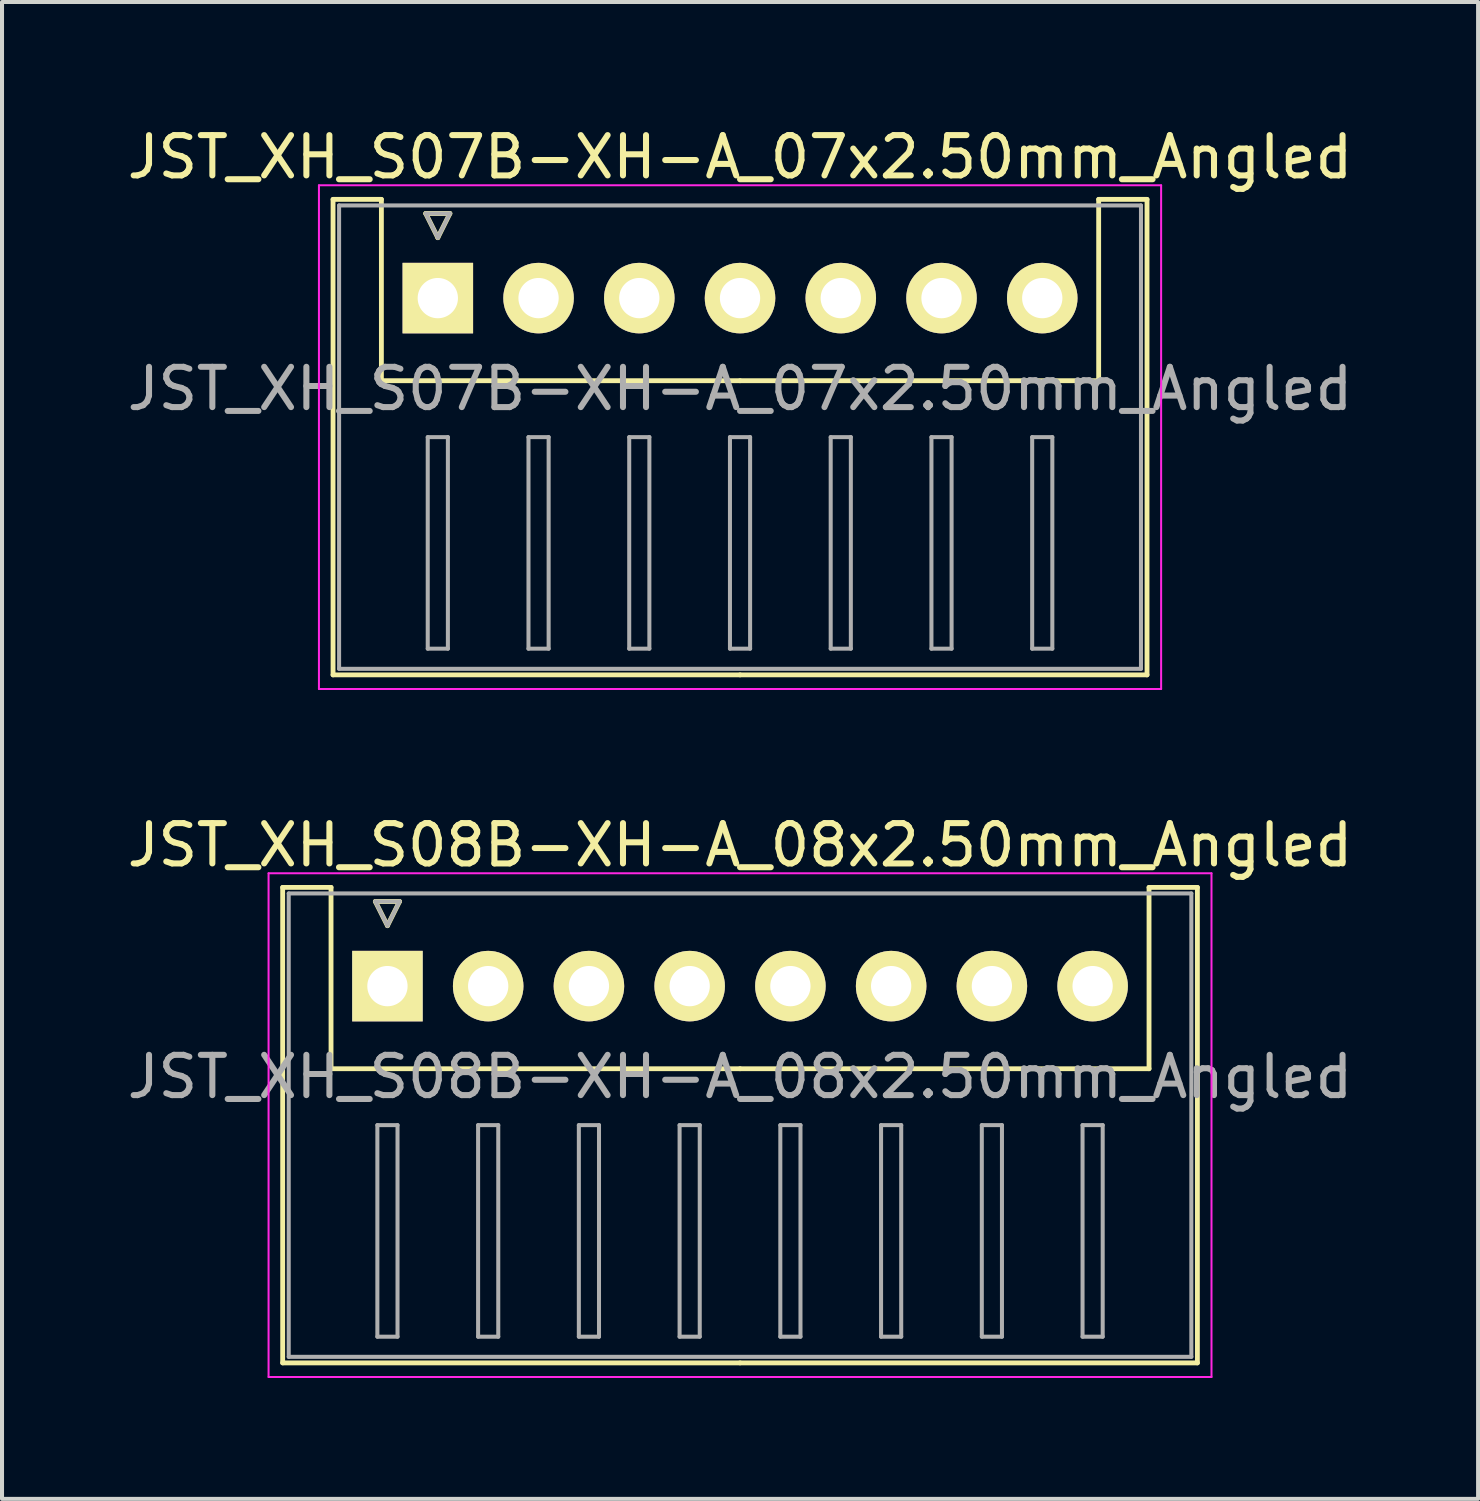
<source format=kicad_pcb>
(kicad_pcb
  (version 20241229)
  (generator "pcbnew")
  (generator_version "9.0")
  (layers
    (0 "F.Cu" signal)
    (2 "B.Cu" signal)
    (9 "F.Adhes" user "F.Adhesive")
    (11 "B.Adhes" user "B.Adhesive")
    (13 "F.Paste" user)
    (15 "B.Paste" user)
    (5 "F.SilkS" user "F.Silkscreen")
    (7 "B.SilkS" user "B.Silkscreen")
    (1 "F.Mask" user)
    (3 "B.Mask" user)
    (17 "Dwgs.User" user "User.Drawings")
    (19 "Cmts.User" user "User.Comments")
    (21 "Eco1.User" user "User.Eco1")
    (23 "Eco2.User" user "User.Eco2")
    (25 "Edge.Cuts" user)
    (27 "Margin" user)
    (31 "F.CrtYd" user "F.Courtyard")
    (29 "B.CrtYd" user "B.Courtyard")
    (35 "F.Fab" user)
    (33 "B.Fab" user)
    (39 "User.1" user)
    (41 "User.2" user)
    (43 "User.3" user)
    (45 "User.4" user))
  (footprint "JST_XH_S08B-XH-A_08x2.50mm_Angled"
    (layer "F.Cu")
    (at 6.565 21.422)
    (property "Reference" "JST_XH_S08B-XH-A_08x2.50mm_Angled" (at 8.75 -3.5 0) (layer "F.SilkS") (effects (font (size 1 1) (thickness 0.15))))
    (attr through_hole)
    (fp_line (start -2.6 -2.45) (end -1.4 -2.45) (stroke (width 0.12) (type solid)) (layer "F.SilkS"))
    (fp_line (start -2.6 9.35) (end -2.6 -2.45) (stroke (width 0.12) (type solid)) (layer "F.SilkS"))
    (fp_line (start -1.4 -2.45) (end -1.4 2.05) (stroke (width 0.12) (type solid)) (layer "F.SilkS"))
    (fp_line (start -1.4 2.05) (end 8.75 2.05) (stroke (width 0.12) (type solid)) (layer "F.SilkS"))
    (fp_line (start -0.3 -2.1) (end 0.3 -2.1) (stroke (width 0.12) (type solid)) (layer "F.SilkS"))
    (fp_line (start 0 -1.5) (end -0.3 -2.1) (stroke (width 0.12) (type solid)) (layer "F.SilkS"))
    (fp_line (start 0.3 -2.1) (end 0 -1.5) (stroke (width 0.12) (type solid)) (layer "F.SilkS"))
    (fp_line (start 8.75 9.35) (end -2.6 9.35) (stroke (width 0.12) (type solid)) (layer "F.SilkS"))
    (fp_line (start 8.75 9.35) (end 20.1 9.35) (stroke (width 0.12) (type solid)) (layer "F.SilkS"))
    (fp_line (start 18.9 -2.45) (end 18.9 2.05) (stroke (width 0.12) (type solid)) (layer "F.SilkS"))
    (fp_line (start 18.9 2.05) (end 8.75 2.05) (stroke (width 0.12) (type solid)) (layer "F.SilkS"))
    (fp_line (start 20.1 -2.45) (end 18.9 -2.45) (stroke (width 0.12) (type solid)) (layer "F.SilkS"))
    (fp_line (start 20.1 9.35) (end 20.1 -2.45) (stroke (width 0.12) (type solid)) (layer "F.SilkS"))
    (fp_line (start -2.95 -2.8) (end -2.95 9.7) (stroke (width 0.05) (type solid)) (layer "F.CrtYd"))
    (fp_line (start -2.95 9.7) (end 20.45 9.7) (stroke (width 0.05) (type solid)) (layer "F.CrtYd"))
    (fp_line (start 20.45 -2.8) (end -2.95 -2.8) (stroke (width 0.05) (type solid)) (layer "F.CrtYd"))
    (fp_line (start 20.45 9.7) (end 20.45 -2.8) (stroke (width 0.05) (type solid)) (layer "F.CrtYd"))
    (fp_line (start -2.45 -2.3) (end -2.45 9.2) (stroke (width 0.1) (type solid)) (layer "F.Fab"))
    (fp_line (start -2.45 9.2) (end 19.95 9.2) (stroke (width 0.1) (type solid)) (layer "F.Fab"))
    (fp_line (start -0.3 -2.1) (end 0.3 -2.1) (stroke (width 0.1) (type solid)) (layer "F.Fab"))
    (fp_line (start -0.25 3.45) (end -0.25 8.7) (stroke (width 0.1) (type solid)) (layer "F.Fab"))
    (fp_line (start -0.25 8.7) (end 0.25 8.7) (stroke (width 0.1) (type solid)) (layer "F.Fab"))
    (fp_line (start 0 -1.5) (end -0.3 -2.1) (stroke (width 0.1) (type solid)) (layer "F.Fab"))
    (fp_line (start 0.25 3.45) (end -0.25 3.45) (stroke (width 0.1) (type solid)) (layer "F.Fab"))
    (fp_line (start 0.25 8.7) (end 0.25 3.45) (stroke (width 0.1) (type solid)) (layer "F.Fab"))
    (fp_line (start 0.3 -2.1) (end 0 -1.5) (stroke (width 0.1) (type solid)) (layer "F.Fab"))
    (fp_line (start 2.25 3.45) (end 2.25 8.7) (stroke (width 0.1) (type solid)) (layer "F.Fab"))
    (fp_line (start 2.25 8.7) (end 2.75 8.7) (stroke (width 0.1) (type solid)) (layer "F.Fab"))
    (fp_line (start 2.75 3.45) (end 2.25 3.45) (stroke (width 0.1) (type solid)) (layer "F.Fab"))
    (fp_line (start 2.75 8.7) (end 2.75 3.45) (stroke (width 0.1) (type solid)) (layer "F.Fab"))
    (fp_line (start 4.75 3.45) (end 4.75 8.7) (stroke (width 0.1) (type solid)) (layer "F.Fab"))
    (fp_line (start 4.75 8.7) (end 5.25 8.7) (stroke (width 0.1) (type solid)) (layer "F.Fab"))
    (fp_line (start 5.25 3.45) (end 4.75 3.45) (stroke (width 0.1) (type solid)) (layer "F.Fab"))
    (fp_line (start 5.25 8.7) (end 5.25 3.45) (stroke (width 0.1) (type solid)) (layer "F.Fab"))
    (fp_line (start 7.25 3.45) (end 7.25 8.7) (stroke (width 0.1) (type solid)) (layer "F.Fab"))
    (fp_line (start 7.25 8.7) (end 7.75 8.7) (stroke (width 0.1) (type solid)) (layer "F.Fab"))
    (fp_line (start 7.75 3.45) (end 7.25 3.45) (stroke (width 0.1) (type solid)) (layer "F.Fab"))
    (fp_line (start 7.75 8.7) (end 7.75 3.45) (stroke (width 0.1) (type solid)) (layer "F.Fab"))
    (fp_line (start 9.75 3.45) (end 9.75 8.7) (stroke (width 0.1) (type solid)) (layer "F.Fab"))
    (fp_line (start 9.75 8.7) (end 10.25 8.7) (stroke (width 0.1) (type solid)) (layer "F.Fab"))
    (fp_line (start 10.25 3.45) (end 9.75 3.45) (stroke (width 0.1) (type solid)) (layer "F.Fab"))
    (fp_line (start 10.25 8.7) (end 10.25 3.45) (stroke (width 0.1) (type solid)) (layer "F.Fab"))
    (fp_line (start 12.25 3.45) (end 12.25 8.7) (stroke (width 0.1) (type solid)) (layer "F.Fab"))
    (fp_line (start 12.25 8.7) (end 12.75 8.7) (stroke (width 0.1) (type solid)) (layer "F.Fab"))
    (fp_line (start 12.75 3.45) (end 12.25 3.45) (stroke (width 0.1) (type solid)) (layer "F.Fab"))
    (fp_line (start 12.75 8.7) (end 12.75 3.45) (stroke (width 0.1) (type solid)) (layer "F.Fab"))
    (fp_line (start 14.75 3.45) (end 14.75 8.7) (stroke (width 0.1) (type solid)) (layer "F.Fab"))
    (fp_line (start 14.75 8.7) (end 15.25 8.7) (stroke (width 0.1) (type solid)) (layer "F.Fab"))
    (fp_line (start 15.25 3.45) (end 14.75 3.45) (stroke (width 0.1) (type solid)) (layer "F.Fab"))
    (fp_line (start 15.25 8.7) (end 15.25 3.45) (stroke (width 0.1) (type solid)) (layer "F.Fab"))
    (fp_line (start 17.25 3.45) (end 17.25 8.7) (stroke (width 0.1) (type solid)) (layer "F.Fab"))
    (fp_line (start 17.25 8.7) (end 17.75 8.7) (stroke (width 0.1) (type solid)) (layer "F.Fab"))
    (fp_line (start 17.75 3.45) (end 17.25 3.45) (stroke (width 0.1) (type solid)) (layer "F.Fab"))
    (fp_line (start 17.75 8.7) (end 17.75 3.45) (stroke (width 0.1) (type solid)) (layer "F.Fab"))
    (fp_line (start 19.95 -2.3) (end -2.45 -2.3) (stroke (width 0.1) (type solid)) (layer "F.Fab"))
    (fp_line (start 19.95 9.2) (end 19.95 -2.3) (stroke (width 0.1) (type solid)) (layer "F.Fab"))
    (fp_text user "${REFERENCE}" (at 8.75 2.25 0) (layer "F.Fab") (effects (font (size 1 1) (thickness 0.15))))
    (pad "1" thru_hole rect (at 0 0) (size 1.75 1.75) (drill 1) (layers "*.Cu" "*.Mask" "F.SilkS"))
    (pad "2" thru_hole circle (at 2.5 0) (size 1.75 1.75) (drill 1) (layers "*.Cu" "*.Mask" "F.SilkS"))
    (pad "3" thru_hole circle (at 5 0) (size 1.75 1.75) (drill 1) (layers "*.Cu" "*.Mask" "F.SilkS"))
    (pad "4" thru_hole circle (at 7.5 0) (size 1.75 1.75) (drill 1) (layers "*.Cu" "*.Mask" "F.SilkS"))
    (pad "5" thru_hole circle (at 10 0) (size 1.75 1.75) (drill 1) (layers "*.Cu" "*.Mask" "F.SilkS"))
    (pad "6" thru_hole circle (at 12.5 0) (size 1.75 1.75) (drill 1) (layers "*.Cu" "*.Mask" "F.SilkS"))
    (pad "7" thru_hole circle (at 15 0) (size 1.75 1.75) (drill 1) (layers "*.Cu" "*.Mask" "F.SilkS"))
    (pad "8" thru_hole circle (at 17.5 0) (size 1.75 1.75) (drill 1) (layers "*.Cu" "*.Mask" "F.SilkS")))
  (footprint "JST_XH_S07B-XH-A_07x2.50mm_Angled"
    (layer "F.Cu")
    (at 7.815 4.348)
    (property "Reference" "JST_XH_S07B-XH-A_07x2.50mm_Angled" (at 7.5 -3.5 0) (layer "F.SilkS") (effects (font (size 1 1) (thickness 0.15))))
    (attr through_hole)
    (fp_line (start -2.6 -2.45) (end -1.4 -2.45) (stroke (width 0.12) (type solid)) (layer "F.SilkS"))
    (fp_line (start -2.6 9.35) (end -2.6 -2.45) (stroke (width 0.12) (type solid)) (layer "F.SilkS"))
    (fp_line (start -1.4 -2.45) (end -1.4 2.05) (stroke (width 0.12) (type solid)) (layer "F.SilkS"))
    (fp_line (start -1.4 2.05) (end 7.5 2.05) (stroke (width 0.12) (type solid)) (layer "F.SilkS"))
    (fp_line (start -0.3 -2.1) (end 0.3 -2.1) (stroke (width 0.12) (type solid)) (layer "F.SilkS"))
    (fp_line (start 0 -1.5) (end -0.3 -2.1) (stroke (width 0.12) (type solid)) (layer "F.SilkS"))
    (fp_line (start 0.3 -2.1) (end 0 -1.5) (stroke (width 0.12) (type solid)) (layer "F.SilkS"))
    (fp_line (start 7.5 9.35) (end -2.6 9.35) (stroke (width 0.12) (type solid)) (layer "F.SilkS"))
    (fp_line (start 7.5 9.35) (end 17.6 9.35) (stroke (width 0.12) (type solid)) (layer "F.SilkS"))
    (fp_line (start 16.4 -2.45) (end 16.4 2.05) (stroke (width 0.12) (type solid)) (layer "F.SilkS"))
    (fp_line (start 16.4 2.05) (end 7.5 2.05) (stroke (width 0.12) (type solid)) (layer "F.SilkS"))
    (fp_line (start 17.6 -2.45) (end 16.4 -2.45) (stroke (width 0.12) (type solid)) (layer "F.SilkS"))
    (fp_line (start 17.6 9.35) (end 17.6 -2.45) (stroke (width 0.12) (type solid)) (layer "F.SilkS"))
    (fp_line (start -2.95 -2.8) (end -2.95 9.7) (stroke (width 0.05) (type solid)) (layer "F.CrtYd"))
    (fp_line (start -2.95 9.7) (end 17.95 9.7) (stroke (width 0.05) (type solid)) (layer "F.CrtYd"))
    (fp_line (start 17.95 -2.8) (end -2.95 -2.8) (stroke (width 0.05) (type solid)) (layer "F.CrtYd"))
    (fp_line (start 17.95 9.7) (end 17.95 -2.8) (stroke (width 0.05) (type solid)) (layer "F.CrtYd"))
    (fp_line (start -2.45 -2.3) (end -2.45 9.2) (stroke (width 0.1) (type solid)) (layer "F.Fab"))
    (fp_line (start -2.45 9.2) (end 17.45 9.2) (stroke (width 0.1) (type solid)) (layer "F.Fab"))
    (fp_line (start -0.3 -2.1) (end 0.3 -2.1) (stroke (width 0.1) (type solid)) (layer "F.Fab"))
    (fp_line (start -0.25 3.45) (end -0.25 8.7) (stroke (width 0.1) (type solid)) (layer "F.Fab"))
    (fp_line (start -0.25 8.7) (end 0.25 8.7) (stroke (width 0.1) (type solid)) (layer "F.Fab"))
    (fp_line (start 0 -1.5) (end -0.3 -2.1) (stroke (width 0.1) (type solid)) (layer "F.Fab"))
    (fp_line (start 0.25 3.45) (end -0.25 3.45) (stroke (width 0.1) (type solid)) (layer "F.Fab"))
    (fp_line (start 0.25 8.7) (end 0.25 3.45) (stroke (width 0.1) (type solid)) (layer "F.Fab"))
    (fp_line (start 0.3 -2.1) (end 0 -1.5) (stroke (width 0.1) (type solid)) (layer "F.Fab"))
    (fp_line (start 2.25 3.45) (end 2.25 8.7) (stroke (width 0.1) (type solid)) (layer "F.Fab"))
    (fp_line (start 2.25 8.7) (end 2.75 8.7) (stroke (width 0.1) (type solid)) (layer "F.Fab"))
    (fp_line (start 2.75 3.45) (end 2.25 3.45) (stroke (width 0.1) (type solid)) (layer "F.Fab"))
    (fp_line (start 2.75 8.7) (end 2.75 3.45) (stroke (width 0.1) (type solid)) (layer "F.Fab"))
    (fp_line (start 4.75 3.45) (end 4.75 8.7) (stroke (width 0.1) (type solid)) (layer "F.Fab"))
    (fp_line (start 4.75 8.7) (end 5.25 8.7) (stroke (width 0.1) (type solid)) (layer "F.Fab"))
    (fp_line (start 5.25 3.45) (end 4.75 3.45) (stroke (width 0.1) (type solid)) (layer "F.Fab"))
    (fp_line (start 5.25 8.7) (end 5.25 3.45) (stroke (width 0.1) (type solid)) (layer "F.Fab"))
    (fp_line (start 7.25 3.45) (end 7.25 8.7) (stroke (width 0.1) (type solid)) (layer "F.Fab"))
    (fp_line (start 7.25 8.7) (end 7.75 8.7) (stroke (width 0.1) (type solid)) (layer "F.Fab"))
    (fp_line (start 7.75 3.45) (end 7.25 3.45) (stroke (width 0.1) (type solid)) (layer "F.Fab"))
    (fp_line (start 7.75 8.7) (end 7.75 3.45) (stroke (width 0.1) (type solid)) (layer "F.Fab"))
    (fp_line (start 9.75 3.45) (end 9.75 8.7) (stroke (width 0.1) (type solid)) (layer "F.Fab"))
    (fp_line (start 9.75 8.7) (end 10.25 8.7) (stroke (width 0.1) (type solid)) (layer "F.Fab"))
    (fp_line (start 10.25 3.45) (end 9.75 3.45) (stroke (width 0.1) (type solid)) (layer "F.Fab"))
    (fp_line (start 10.25 8.7) (end 10.25 3.45) (stroke (width 0.1) (type solid)) (layer "F.Fab"))
    (fp_line (start 12.25 3.45) (end 12.25 8.7) (stroke (width 0.1) (type solid)) (layer "F.Fab"))
    (fp_line (start 12.25 8.7) (end 12.75 8.7) (stroke (width 0.1) (type solid)) (layer "F.Fab"))
    (fp_line (start 12.75 3.45) (end 12.25 3.45) (stroke (width 0.1) (type solid)) (layer "F.Fab"))
    (fp_line (start 12.75 8.7) (end 12.75 3.45) (stroke (width 0.1) (type solid)) (layer "F.Fab"))
    (fp_line (start 14.75 3.45) (end 14.75 8.7) (stroke (width 0.1) (type solid)) (layer "F.Fab"))
    (fp_line (start 14.75 8.7) (end 15.25 8.7) (stroke (width 0.1) (type solid)) (layer "F.Fab"))
    (fp_line (start 15.25 3.45) (end 14.75 3.45) (stroke (width 0.1) (type solid)) (layer "F.Fab"))
    (fp_line (start 15.25 8.7) (end 15.25 3.45) (stroke (width 0.1) (type solid)) (layer "F.Fab"))
    (fp_line (start 17.45 -2.3) (end -2.45 -2.3) (stroke (width 0.1) (type solid)) (layer "F.Fab"))
    (fp_line (start 17.45 9.2) (end 17.45 -2.3) (stroke (width 0.1) (type solid)) (layer "F.Fab"))
    (fp_text user "${REFERENCE}" (at 7.5 2.25 0) (layer "F.Fab") (effects (font (size 1 1) (thickness 0.15))))
    (pad "1" thru_hole rect (at 0 0) (size 1.75 1.75) (drill 1) (layers "*.Cu" "*.Mask" "F.SilkS"))
    (pad "2" thru_hole circle (at 2.5 0) (size 1.75 1.75) (drill 1) (layers "*.Cu" "*.Mask" "F.SilkS"))
    (pad "3" thru_hole circle (at 5 0) (size 1.75 1.75) (drill 1) (layers "*.Cu" "*.Mask" "F.SilkS"))
    (pad "4" thru_hole circle (at 7.5 0) (size 1.75 1.75) (drill 1) (layers "*.Cu" "*.Mask" "F.SilkS"))
    (pad "5" thru_hole circle (at 10 0) (size 1.75 1.75) (drill 1) (layers "*.Cu" "*.Mask" "F.SilkS"))
    (pad "6" thru_hole circle (at 12.5 0) (size 1.75 1.75) (drill 1) (layers "*.Cu" "*.Mask" "F.SilkS"))
    (pad "7" thru_hole circle (at 15 0) (size 1.75 1.75) (drill 1) (layers "*.Cu" "*.Mask" "F.SilkS")))
  (gr_rect
    (start -3 -3)
    (end 33.631 34.147)
    (stroke (width 0.1) (type default))
    (fill no)
    (layer "Edge.Cuts")))
</source>
